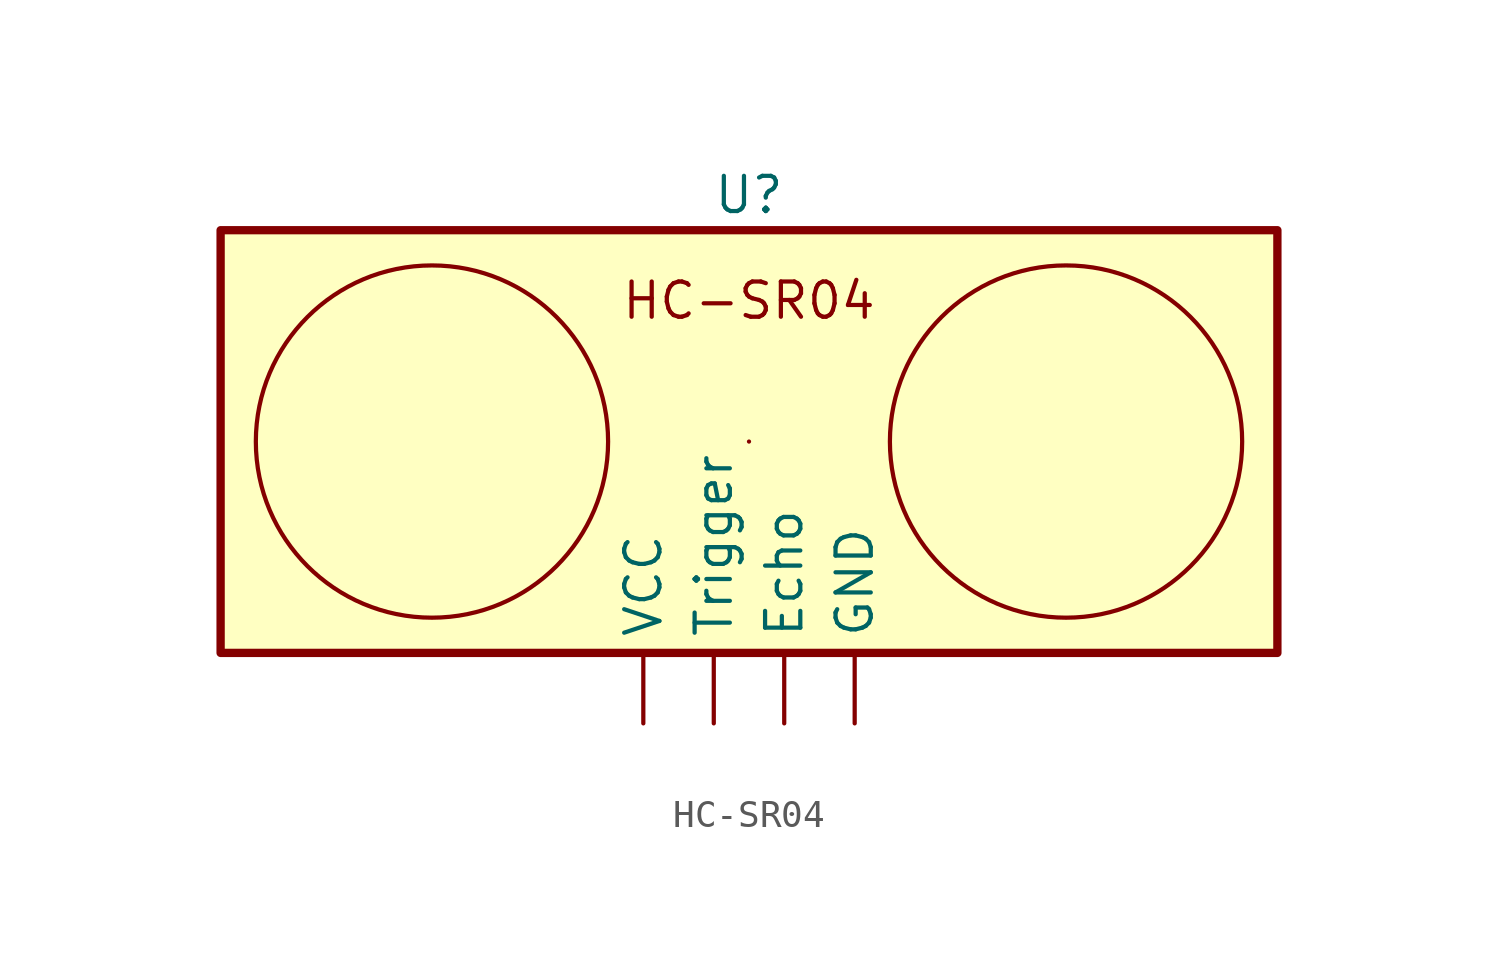
<source format=kicad_sym>
(kicad_symbol_lib
  (version 20220914)
  (generator kicad_symbol_editor)
  (symbol "HC-SR04"
    (property "Reference" "U"
      (at 0 8.89 0)
      (effects (font (size 1.27 1.27))))
    (property "Value" ""
      (at 0 0 0)
      (effects (font (size 1.27 1.27))))
    (symbol "HC-SR04_0_1"
      (rectangle (start 0 0) (end 0 0) (stroke (width 0) (type default)) (fill (type none))))
    (symbol "HC-SR04_1_1"
      (rectangle (start -19.05 7.62) (end 19.05 -7.62) (stroke (width 0.3) (type solid)) (fill (type background)))
      (circle (center -11.43 0) (radius 6.35) (stroke (width 0) (type default)) (fill (type none)))
      (circle (center 11.43 0) (radius 6.35) (stroke (width 0) (type default)) (fill (type none)))
      (text "HC-SR04" (at 0 5.08 0) (effects (font (size 1.27 1.27))))
      (pin output line (at 1.27 -10.16 90) (length 2.54) (name "Echo" (effects (font (size 1.27 1.27)))) (number "" (effects (font (size 1.27 1.27)))))
      (pin power_out line (at 3.81 -10.16 90) (length 2.54) (name "GND" (effects (font (size 1.27 1.27)))) (number "" (effects (font (size 1.27 1.27)))))
      (pin input line (at -1.27 -10.16 90) (length 2.54) (name "Trigger" (effects (font (size 1.27 1.27)))) (number "" (effects (font (size 1.27 1.27)))))
      (pin power_in line (at -3.81 -10.16 90) (length 2.54) (name "VCC" (effects (font (size 1.27 1.27)))) (number "" (effects (font (size 1.27 1.27))))))))
</source>
